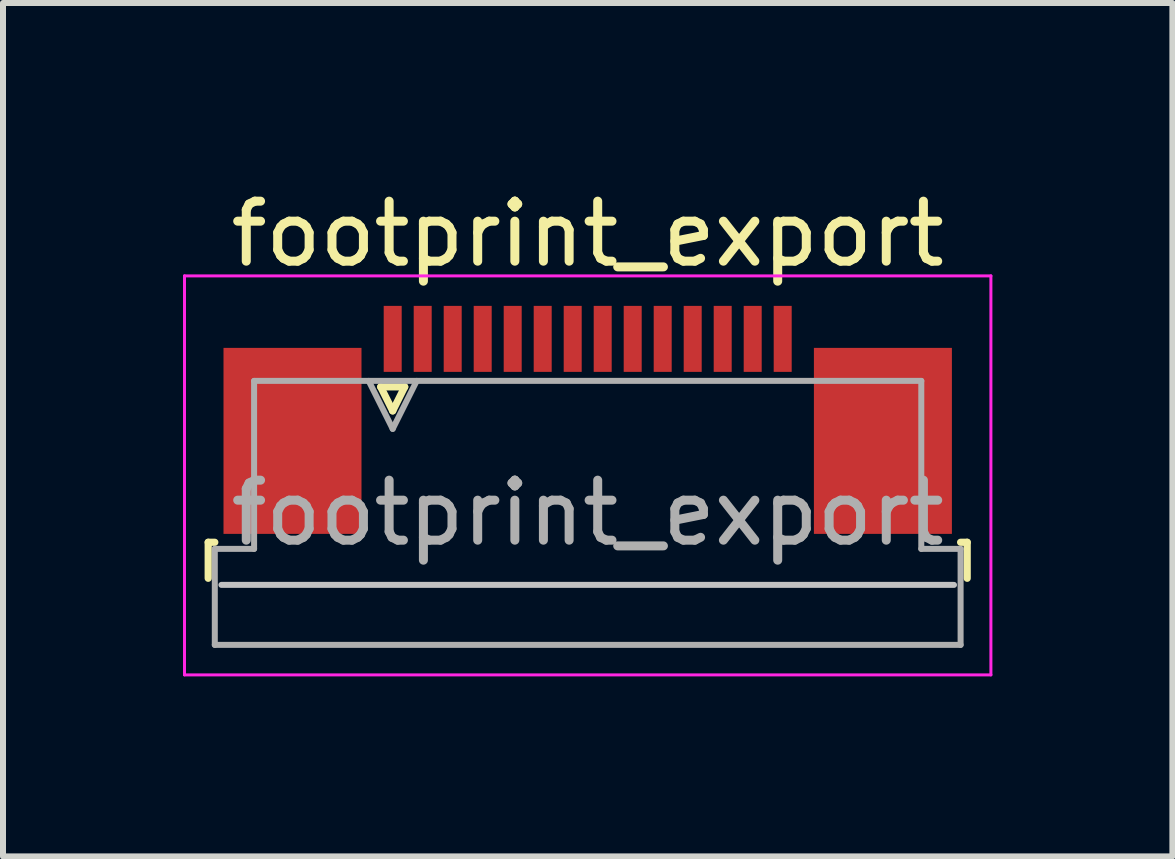
<source format=kicad_pcb>
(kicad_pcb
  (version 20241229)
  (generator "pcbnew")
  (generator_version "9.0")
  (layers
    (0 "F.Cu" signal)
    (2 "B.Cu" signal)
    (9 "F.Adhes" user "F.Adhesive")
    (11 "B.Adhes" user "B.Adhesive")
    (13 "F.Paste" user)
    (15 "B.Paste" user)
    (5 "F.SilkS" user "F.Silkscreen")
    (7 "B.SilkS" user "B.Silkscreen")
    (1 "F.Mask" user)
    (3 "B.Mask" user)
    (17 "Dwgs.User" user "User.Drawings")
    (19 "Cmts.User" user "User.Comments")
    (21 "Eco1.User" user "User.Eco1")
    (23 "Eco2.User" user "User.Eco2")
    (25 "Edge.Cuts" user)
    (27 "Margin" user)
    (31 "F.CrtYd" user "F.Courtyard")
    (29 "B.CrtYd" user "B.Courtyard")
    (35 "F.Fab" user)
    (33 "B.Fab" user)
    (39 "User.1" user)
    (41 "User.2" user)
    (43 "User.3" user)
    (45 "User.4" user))
  (footprint "footprint_export"
    (layer "F.Cu")
    (at 6.745 3.948)
    (property "Reference" "footprint_export" (at 0 -3.1 0) (layer "F.SilkS") (effects (font (size 1 1) (thickness 0.15))))
    (attr smd)
    (fp_line (start -6.325 2.04) (end -6.325 2.64) (stroke (width 0.12) (type solid)) (layer "F.SilkS"))
    (fp_line (start -6.215 2.04) (end -6.325 2.04) (stroke (width 0.12) (type solid)) (layer "F.SilkS"))
    (fp_line (start -3.45 -0.55) (end -3.25 -0.15) (stroke (width 0.12) (type solid)) (layer "F.SilkS"))
    (fp_line (start -3.25 -0.15) (end -3.05 -0.55) (stroke (width 0.12) (type solid)) (layer "F.SilkS"))
    (fp_line (start -3.05 -0.55) (end -3.45 -0.55) (stroke (width 0.12) (type solid)) (layer "F.SilkS"))
    (fp_line (start 6.215 2.04) (end 6.325 2.04) (stroke (width 0.12) (type solid)) (layer "F.SilkS"))
    (fp_line (start 6.325 2.04) (end 6.325 2.64) (stroke (width 0.12) (type solid)) (layer "F.SilkS"))
    (fp_line (start 6.105 2.75) (end -6.105 2.75) (stroke (width 0.1) (type solid)) (layer "Dwgs.User"))
    (fp_line (start -6.72 -2.4) (end -6.72 4.25) (stroke (width 0.05) (type solid)) (layer "F.CrtYd"))
    (fp_line (start -6.72 4.25) (end 6.72 4.25) (stroke (width 0.05) (type solid)) (layer "F.CrtYd"))
    (fp_line (start 6.72 -2.4) (end -6.72 -2.4) (stroke (width 0.05) (type solid)) (layer "F.CrtYd"))
    (fp_line (start 6.72 4.25) (end 6.72 -2.4) (stroke (width 0.05) (type solid)) (layer "F.CrtYd"))
    (fp_line (start -6.215 2.15) (end -5.56 2.15) (stroke (width 0.1) (type solid)) (layer "F.Fab"))
    (fp_line (start -6.215 3.75) (end -6.215 2.15) (stroke (width 0.1) (type solid)) (layer "F.Fab"))
    (fp_line (start -5.56 -0.65) (end 5.56 -0.65) (stroke (width 0.1) (type solid)) (layer "F.Fab"))
    (fp_line (start -5.56 2.15) (end -5.56 -0.65) (stroke (width 0.1) (type solid)) (layer "F.Fab"))
    (fp_line (start -3.65 -0.65) (end -3.25 0.15) (stroke (width 0.1) (type solid)) (layer "F.Fab"))
    (fp_line (start -3.25 0.15) (end -2.85 -0.65) (stroke (width 0.1) (type solid)) (layer "F.Fab"))
    (fp_line (start 5.56 -0.65) (end 5.56 2.15) (stroke (width 0.1) (type solid)) (layer "F.Fab"))
    (fp_line (start 5.56 2.15) (end 6.215 2.15) (stroke (width 0.1) (type solid)) (layer "F.Fab"))
    (fp_line (start 6.215 2.15) (end 6.215 3.75) (stroke (width 0.1) (type solid)) (layer "F.Fab"))
    (fp_line (start 6.215 3.75) (end -6.215 3.75) (stroke (width 0.1) (type solid)) (layer "F.Fab"))
    (fp_text user "${REFERENCE}" (at 0 1.55 0) (layer "F.Fab") (effects (font (size 1 1) (thickness 0.15))))
    (pad "1" smd rect (at -3.25 -1.35) (size 0.3 1.1) (layers "F.Cu" "F.Mask" "F.Paste"))
    (pad "2" smd rect (at -2.75 -1.35) (size 0.3 1.1) (layers "F.Cu" "F.Mask" "F.Paste"))
    (pad "3" smd rect (at -2.25 -1.35) (size 0.3 1.1) (layers "F.Cu" "F.Mask" "F.Paste"))
    (pad "4" smd rect (at -1.75 -1.35) (size 0.3 1.1) (layers "F.Cu" "F.Mask" "F.Paste"))
    (pad "5" smd rect (at -1.25 -1.35) (size 0.3 1.1) (layers "F.Cu" "F.Mask" "F.Paste"))
    (pad "6" smd rect (at -0.75 -1.35) (size 0.3 1.1) (layers "F.Cu" "F.Mask" "F.Paste"))
    (pad "7" smd rect (at -0.25 -1.35) (size 0.3 1.1) (layers "F.Cu" "F.Mask" "F.Paste"))
    (pad "8" smd rect (at 0.25 -1.35) (size 0.3 1.1) (layers "F.Cu" "F.Mask" "F.Paste"))
    (pad "9" smd rect (at 0.75 -1.35) (size 0.3 1.1) (layers "F.Cu" "F.Mask" "F.Paste"))
    (pad "10" smd rect (at 1.25 -1.35) (size 0.3 1.1) (layers "F.Cu" "F.Mask" "F.Paste"))
    (pad "11" smd rect (at 1.75 -1.35) (size 0.3 1.1) (layers "F.Cu" "F.Mask" "F.Paste"))
    (pad "12" smd rect (at 2.25 -1.35) (size 0.3 1.1) (layers "F.Cu" "F.Mask" "F.Paste"))
    (pad "13" smd rect (at 2.75 -1.35) (size 0.3 1.1) (layers "F.Cu" "F.Mask" "F.Paste"))
    (pad "14" smd rect (at 3.25 -1.35) (size 0.3 1.1) (layers "F.Cu" "F.Mask" "F.Paste"))
    (pad "MP" smd rect (at -4.92 0.35) (size 2.3 3.1) (layers "F.Cu" "F.Mask" "F.Paste"))
    (pad "MP" smd rect (at 4.92 0.35) (size 2.3 3.1) (layers "F.Cu" "F.Mask" "F.Paste")))
  (gr_rect
    (start -3 -3)
    (end 16.49 11.223)
    (stroke (width 0.1) (type default))
    (fill no)
    (layer "Edge.Cuts")))
</source>
